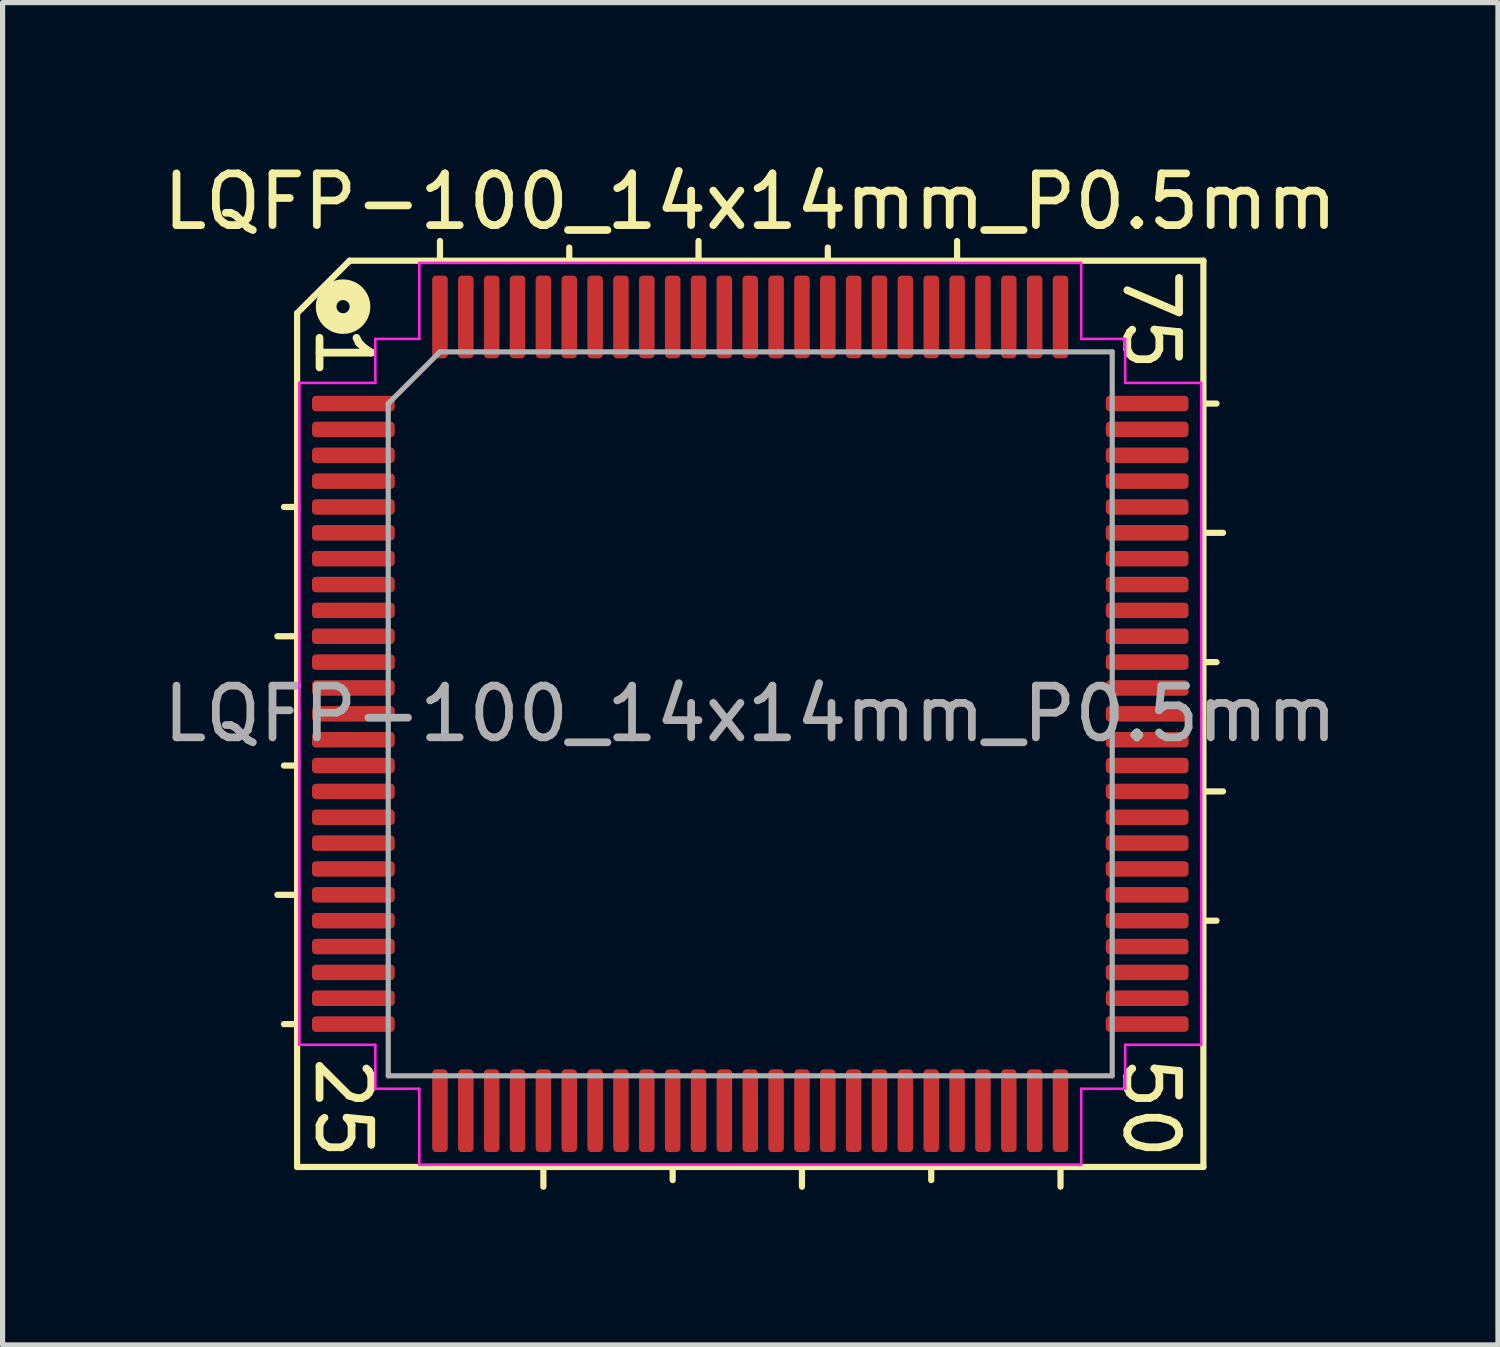
<source format=kicad_pcb>
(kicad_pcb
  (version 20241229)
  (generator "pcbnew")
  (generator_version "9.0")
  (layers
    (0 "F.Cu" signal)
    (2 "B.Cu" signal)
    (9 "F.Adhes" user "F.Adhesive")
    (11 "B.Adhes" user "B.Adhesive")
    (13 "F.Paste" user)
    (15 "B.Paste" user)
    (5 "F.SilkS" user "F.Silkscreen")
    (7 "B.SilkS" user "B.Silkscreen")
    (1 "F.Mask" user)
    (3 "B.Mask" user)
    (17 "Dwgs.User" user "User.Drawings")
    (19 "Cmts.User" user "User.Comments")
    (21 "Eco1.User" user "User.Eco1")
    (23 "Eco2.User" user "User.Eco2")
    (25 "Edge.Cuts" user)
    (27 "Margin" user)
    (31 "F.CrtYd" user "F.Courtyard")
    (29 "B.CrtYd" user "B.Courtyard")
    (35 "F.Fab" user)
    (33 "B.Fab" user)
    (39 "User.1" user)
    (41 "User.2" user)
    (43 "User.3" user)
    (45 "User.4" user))
  (footprint "LQFP-100_14x14mm_P0.5mm"
    (layer "F.Cu")
    (at 11.458 10.754)
    (property "Reference" "LQFP-100_14x14mm_P0.5mm" (at 0 -9.906 0) (layer "F.SilkS") (effects (font (size 1 1) (thickness 0.15))))
    (attr smd)
    (fp_line (start -8.763 -7.747) (end -8.763 8.763) (stroke (width 0.12) (type solid)) (layer "F.SilkS"))
    (fp_line (start -8.763 -4) (end -9.017 -4) (stroke (width 0.12) (type solid)) (layer "F.SilkS"))
    (fp_line (start -8.763 -1.5) (end -9.144 -1.5) (stroke (width 0.12) (type solid)) (layer "F.SilkS"))
    (fp_line (start -8.763 1) (end -9.017 1) (stroke (width 0.12) (type solid)) (layer "F.SilkS"))
    (fp_line (start -8.763 3.5) (end -9.144 3.5) (stroke (width 0.12) (type solid)) (layer "F.SilkS"))
    (fp_line (start -8.763 6) (end -9.017 6) (stroke (width 0.12) (type solid)) (layer "F.SilkS"))
    (fp_line (start -8.763 8.763) (end 8.763 8.763) (stroke (width 0.12) (type solid)) (layer "F.SilkS"))
    (fp_line (start -7.747 -8.763) (end -8.763 -7.747) (stroke (width 0.12) (type solid)) (layer "F.SilkS"))
    (fp_line (start -6 -8.763) (end -6 -9.144) (stroke (width 0.12) (type solid)) (layer "F.SilkS"))
    (fp_line (start -4 8.763) (end -4 9.144) (stroke (width 0.12) (type solid)) (layer "F.SilkS"))
    (fp_line (start -3.5 -8.763) (end -3.5 -9.017) (stroke (width 0.12) (type solid)) (layer "F.SilkS"))
    (fp_line (start -1.5 8.763) (end -1.5 9.017) (stroke (width 0.12) (type solid)) (layer "F.SilkS"))
    (fp_line (start -1 -8.763) (end -1 -9.144) (stroke (width 0.12) (type solid)) (layer "F.SilkS"))
    (fp_line (start 1 8.763) (end 1 9.144) (stroke (width 0.12) (type solid)) (layer "F.SilkS"))
    (fp_line (start 1.5 -8.763) (end 1.5 -9.017) (stroke (width 0.12) (type solid)) (layer "F.SilkS"))
    (fp_line (start 3.5 8.763) (end 3.5 9.017) (stroke (width 0.12) (type solid)) (layer "F.SilkS"))
    (fp_line (start 4 -8.763) (end 4 -9.144) (stroke (width 0.12) (type solid)) (layer "F.SilkS"))
    (fp_line (start 6 8.763) (end 6 9.144) (stroke (width 0.12) (type solid)) (layer "F.SilkS"))
    (fp_line (start 8.763 -8.763) (end -7.747 -8.763) (stroke (width 0.12) (type solid)) (layer "F.SilkS"))
    (fp_line (start 8.763 -6) (end 9.017 -6) (stroke (width 0.12) (type solid)) (layer "F.SilkS"))
    (fp_line (start 8.763 -3.5) (end 9.144 -3.5) (stroke (width 0.12) (type solid)) (layer "F.SilkS"))
    (fp_line (start 8.763 -1) (end 9.017 -1) (stroke (width 0.12) (type solid)) (layer "F.SilkS"))
    (fp_line (start 8.763 1.5) (end 9.144 1.5) (stroke (width 0.12) (type solid)) (layer "F.SilkS"))
    (fp_line (start 8.763 4) (end 9.017 4) (stroke (width 0.12) (type solid)) (layer "F.SilkS"))
    (fp_line (start 8.763 8.763) (end 8.763 -8.763) (stroke (width 0.12) (type solid)) (layer "F.SilkS"))
    (fp_circle (center -7.874 -7.874) (end -7.747 -7.874) (stroke (width 0.4) (type solid)) (fill no) (layer "F.SilkS"))
    (fp_line (start -8.72 -6.4) (end -8.72 0) (stroke (width 0.05) (type solid)) (layer "F.CrtYd"))
    (fp_line (start -8.72 6.4) (end -8.72 0) (stroke (width 0.05) (type solid)) (layer "F.CrtYd"))
    (fp_line (start -7.25 -7.25) (end -7.25 -6.4) (stroke (width 0.05) (type solid)) (layer "F.CrtYd"))
    (fp_line (start -7.25 -6.4) (end -8.72 -6.4) (stroke (width 0.05) (type solid)) (layer "F.CrtYd"))
    (fp_line (start -7.25 6.4) (end -8.72 6.4) (stroke (width 0.05) (type solid)) (layer "F.CrtYd"))
    (fp_line (start -7.25 7.25) (end -7.25 6.4) (stroke (width 0.05) (type solid)) (layer "F.CrtYd"))
    (fp_line (start -6.4 -8.72) (end -6.4 -7.25) (stroke (width 0.05) (type solid)) (layer "F.CrtYd"))
    (fp_line (start -6.4 -7.25) (end -7.25 -7.25) (stroke (width 0.05) (type solid)) (layer "F.CrtYd"))
    (fp_line (start -6.4 7.25) (end -7.25 7.25) (stroke (width 0.05) (type solid)) (layer "F.CrtYd"))
    (fp_line (start -6.4 8.72) (end -6.4 7.25) (stroke (width 0.05) (type solid)) (layer "F.CrtYd"))
    (fp_line (start 0 -8.72) (end -6.4 -8.72) (stroke (width 0.05) (type solid)) (layer "F.CrtYd"))
    (fp_line (start 0 -8.72) (end 6.4 -8.72) (stroke (width 0.05) (type solid)) (layer "F.CrtYd"))
    (fp_line (start 0 8.72) (end -6.4 8.72) (stroke (width 0.05) (type solid)) (layer "F.CrtYd"))
    (fp_line (start 0 8.72) (end 6.4 8.72) (stroke (width 0.05) (type solid)) (layer "F.CrtYd"))
    (fp_line (start 6.4 -8.72) (end 6.4 -7.25) (stroke (width 0.05) (type solid)) (layer "F.CrtYd"))
    (fp_line (start 6.4 -7.25) (end 7.25 -7.25) (stroke (width 0.05) (type solid)) (layer "F.CrtYd"))
    (fp_line (start 6.4 7.25) (end 7.25 7.25) (stroke (width 0.05) (type solid)) (layer "F.CrtYd"))
    (fp_line (start 6.4 8.72) (end 6.4 7.25) (stroke (width 0.05) (type solid)) (layer "F.CrtYd"))
    (fp_line (start 7.25 -7.25) (end 7.25 -6.4) (stroke (width 0.05) (type solid)) (layer "F.CrtYd"))
    (fp_line (start 7.25 -6.4) (end 8.72 -6.4) (stroke (width 0.05) (type solid)) (layer "F.CrtYd"))
    (fp_line (start 7.25 6.4) (end 8.72 6.4) (stroke (width 0.05) (type solid)) (layer "F.CrtYd"))
    (fp_line (start 7.25 7.25) (end 7.25 6.4) (stroke (width 0.05) (type solid)) (layer "F.CrtYd"))
    (fp_line (start 8.72 -6.4) (end 8.72 0) (stroke (width 0.05) (type solid)) (layer "F.CrtYd"))
    (fp_line (start 8.72 6.4) (end 8.72 0) (stroke (width 0.05) (type solid)) (layer "F.CrtYd"))
    (fp_line (start -7 -6) (end -6 -7) (stroke (width 0.1) (type solid)) (layer "F.Fab"))
    (fp_line (start -7 7) (end -7 -6) (stroke (width 0.1) (type solid)) (layer "F.Fab"))
    (fp_line (start -6 -7) (end 7 -7) (stroke (width 0.1) (type solid)) (layer "F.Fab"))
    (fp_line (start 7 -7) (end 7 7) (stroke (width 0.1) (type solid)) (layer "F.Fab"))
    (fp_line (start 7 7) (end -7 7) (stroke (width 0.1) (type solid)) (layer "F.Fab"))
    (fp_text user "75" (at 7.747 -7.62 270) (unlocked yes) (layer "F.SilkS") (effects (font (size 1 1) (thickness 0.15))))
    (fp_text user "1" (at -7.874 -6.985 270) (unlocked yes) (layer "F.SilkS") (effects (font (size 1 1) (thickness 0.15))))
    (fp_text user "50" (at 7.747 7.62 270) (unlocked yes) (layer "F.SilkS") (effects (font (size 1 1) (thickness 0.15))))
    (fp_text user "25" (at -7.874 7.62 270) (unlocked yes) (layer "F.SilkS") (effects (font (size 1 1) (thickness 0.15))))
    (fp_text user "${REFERENCE}" (at 0 0 0) (layer "F.Fab") (effects (font (size 1 1) (thickness 0.15))))
    (pad "1" smd roundrect (at -7.675 -6) (size 1.6 0.3) (layers "F.Cu" "F.Mask" "F.Paste") (roundrect_rratio 0.25))
    (pad "2" smd roundrect (at -7.675 -5.5) (size 1.6 0.3) (layers "F.Cu" "F.Mask" "F.Paste") (roundrect_rratio 0.25))
    (pad "3" smd roundrect (at -7.675 -5) (size 1.6 0.3) (layers "F.Cu" "F.Mask" "F.Paste") (roundrect_rratio 0.25))
    (pad "4" smd roundrect (at -7.675 -4.5) (size 1.6 0.3) (layers "F.Cu" "F.Mask" "F.Paste") (roundrect_rratio 0.25))
    (pad "5" smd roundrect (at -7.675 -4) (size 1.6 0.3) (layers "F.Cu" "F.Mask" "F.Paste") (roundrect_rratio 0.25))
    (pad "6" smd roundrect (at -7.675 -3.5) (size 1.6 0.3) (layers "F.Cu" "F.Mask" "F.Paste") (roundrect_rratio 0.25))
    (pad "7" smd roundrect (at -7.675 -3) (size 1.6 0.3) (layers "F.Cu" "F.Mask" "F.Paste") (roundrect_rratio 0.25))
    (pad "8" smd roundrect (at -7.675 -2.5) (size 1.6 0.3) (layers "F.Cu" "F.Mask" "F.Paste") (roundrect_rratio 0.25))
    (pad "9" smd roundrect (at -7.675 -2) (size 1.6 0.3) (layers "F.Cu" "F.Mask" "F.Paste") (roundrect_rratio 0.25))
    (pad "10" smd roundrect (at -7.675 -1.5) (size 1.6 0.3) (layers "F.Cu" "F.Mask" "F.Paste") (roundrect_rratio 0.25))
    (pad "11" smd roundrect (at -7.675 -1) (size 1.6 0.3) (layers "F.Cu" "F.Mask" "F.Paste") (roundrect_rratio 0.25))
    (pad "12" smd roundrect (at -7.675 -0.5) (size 1.6 0.3) (layers "F.Cu" "F.Mask" "F.Paste") (roundrect_rratio 0.25))
    (pad "13" smd roundrect (at -7.675 0) (size 1.6 0.3) (layers "F.Cu" "F.Mask" "F.Paste") (roundrect_rratio 0.25))
    (pad "14" smd roundrect (at -7.675 0.5) (size 1.6 0.3) (layers "F.Cu" "F.Mask" "F.Paste") (roundrect_rratio 0.25))
    (pad "15" smd roundrect (at -7.675 1) (size 1.6 0.3) (layers "F.Cu" "F.Mask" "F.Paste") (roundrect_rratio 0.25))
    (pad "16" smd roundrect (at -7.675 1.5) (size 1.6 0.3) (layers "F.Cu" "F.Mask" "F.Paste") (roundrect_rratio 0.25))
    (pad "17" smd roundrect (at -7.675 2) (size 1.6 0.3) (layers "F.Cu" "F.Mask" "F.Paste") (roundrect_rratio 0.25))
    (pad "18" smd roundrect (at -7.675 2.5) (size 1.6 0.3) (layers "F.Cu" "F.Mask" "F.Paste") (roundrect_rratio 0.25))
    (pad "19" smd roundrect (at -7.675 3) (size 1.6 0.3) (layers "F.Cu" "F.Mask" "F.Paste") (roundrect_rratio 0.25))
    (pad "20" smd roundrect (at -7.675 3.5) (size 1.6 0.3) (layers "F.Cu" "F.Mask" "F.Paste") (roundrect_rratio 0.25))
    (pad "21" smd roundrect (at -7.675 4) (size 1.6 0.3) (layers "F.Cu" "F.Mask" "F.Paste") (roundrect_rratio 0.25))
    (pad "22" smd roundrect (at -7.675 4.5) (size 1.6 0.3) (layers "F.Cu" "F.Mask" "F.Paste") (roundrect_rratio 0.25))
    (pad "23" smd roundrect (at -7.675 5) (size 1.6 0.3) (layers "F.Cu" "F.Mask" "F.Paste") (roundrect_rratio 0.25))
    (pad "24" smd roundrect (at -7.675 5.5) (size 1.6 0.3) (layers "F.Cu" "F.Mask" "F.Paste") (roundrect_rratio 0.25))
    (pad "25" smd roundrect (at -7.675 6) (size 1.6 0.3) (layers "F.Cu" "F.Mask" "F.Paste") (roundrect_rratio 0.25))
    (pad "26" smd roundrect (at -6 7.675) (size 0.3 1.6) (layers "F.Cu" "F.Mask" "F.Paste") (roundrect_rratio 0.25))
    (pad "27" smd roundrect (at -5.5 7.675) (size 0.3 1.6) (layers "F.Cu" "F.Mask" "F.Paste") (roundrect_rratio 0.25))
    (pad "28" smd roundrect (at -5 7.675) (size 0.3 1.6) (layers "F.Cu" "F.Mask" "F.Paste") (roundrect_rratio 0.25))
    (pad "29" smd roundrect (at -4.5 7.675) (size 0.3 1.6) (layers "F.Cu" "F.Mask" "F.Paste") (roundrect_rratio 0.25))
    (pad "30" smd roundrect (at -4 7.675) (size 0.3 1.6) (layers "F.Cu" "F.Mask" "F.Paste") (roundrect_rratio 0.25))
    (pad "31" smd roundrect (at -3.5 7.675) (size 0.3 1.6) (layers "F.Cu" "F.Mask" "F.Paste") (roundrect_rratio 0.25))
    (pad "32" smd roundrect (at -3 7.675) (size 0.3 1.6) (layers "F.Cu" "F.Mask" "F.Paste") (roundrect_rratio 0.25))
    (pad "33" smd roundrect (at -2.5 7.675) (size 0.3 1.6) (layers "F.Cu" "F.Mask" "F.Paste") (roundrect_rratio 0.25))
    (pad "34" smd roundrect (at -2 7.675) (size 0.3 1.6) (layers "F.Cu" "F.Mask" "F.Paste") (roundrect_rratio 0.25))
    (pad "35" smd roundrect (at -1.5 7.675) (size 0.3 1.6) (layers "F.Cu" "F.Mask" "F.Paste") (roundrect_rratio 0.25))
    (pad "36" smd roundrect (at -1 7.675) (size 0.3 1.6) (layers "F.Cu" "F.Mask" "F.Paste") (roundrect_rratio 0.25))
    (pad "37" smd roundrect (at -0.5 7.675) (size 0.3 1.6) (layers "F.Cu" "F.Mask" "F.Paste") (roundrect_rratio 0.25))
    (pad "38" smd roundrect (at 0 7.675) (size 0.3 1.6) (layers "F.Cu" "F.Mask" "F.Paste") (roundrect_rratio 0.25))
    (pad "39" smd roundrect (at 0.5 7.675) (size 0.3 1.6) (layers "F.Cu" "F.Mask" "F.Paste") (roundrect_rratio 0.25))
    (pad "40" smd roundrect (at 1 7.675) (size 0.3 1.6) (layers "F.Cu" "F.Mask" "F.Paste") (roundrect_rratio 0.25))
    (pad "41" smd roundrect (at 1.5 7.675) (size 0.3 1.6) (layers "F.Cu" "F.Mask" "F.Paste") (roundrect_rratio 0.25))
    (pad "42" smd roundrect (at 2 7.675) (size 0.3 1.6) (layers "F.Cu" "F.Mask" "F.Paste") (roundrect_rratio 0.25))
    (pad "43" smd roundrect (at 2.5 7.675) (size 0.3 1.6) (layers "F.Cu" "F.Mask" "F.Paste") (roundrect_rratio 0.25))
    (pad "44" smd roundrect (at 3 7.675) (size 0.3 1.6) (layers "F.Cu" "F.Mask" "F.Paste") (roundrect_rratio 0.25))
    (pad "45" smd roundrect (at 3.5 7.675) (size 0.3 1.6) (layers "F.Cu" "F.Mask" "F.Paste") (roundrect_rratio 0.25))
    (pad "46" smd roundrect (at 4 7.675) (size 0.3 1.6) (layers "F.Cu" "F.Mask" "F.Paste") (roundrect_rratio 0.25))
    (pad "47" smd roundrect (at 4.5 7.675) (size 0.3 1.6) (layers "F.Cu" "F.Mask" "F.Paste") (roundrect_rratio 0.25))
    (pad "48" smd roundrect (at 5 7.675) (size 0.3 1.6) (layers "F.Cu" "F.Mask" "F.Paste") (roundrect_rratio 0.25))
    (pad "49" smd roundrect (at 5.5 7.675) (size 0.3 1.6) (layers "F.Cu" "F.Mask" "F.Paste") (roundrect_rratio 0.25))
    (pad "50" smd roundrect (at 6 7.675) (size 0.3 1.6) (layers "F.Cu" "F.Mask" "F.Paste") (roundrect_rratio 0.25))
    (pad "51" smd roundrect (at 7.675 6) (size 1.6 0.3) (layers "F.Cu" "F.Mask" "F.Paste") (roundrect_rratio 0.25))
    (pad "52" smd roundrect (at 7.675 5.5) (size 1.6 0.3) (layers "F.Cu" "F.Mask" "F.Paste") (roundrect_rratio 0.25))
    (pad "53" smd roundrect (at 7.675 5) (size 1.6 0.3) (layers "F.Cu" "F.Mask" "F.Paste") (roundrect_rratio 0.25))
    (pad "54" smd roundrect (at 7.675 4.5) (size 1.6 0.3) (layers "F.Cu" "F.Mask" "F.Paste") (roundrect_rratio 0.25))
    (pad "55" smd roundrect (at 7.675 4) (size 1.6 0.3) (layers "F.Cu" "F.Mask" "F.Paste") (roundrect_rratio 0.25))
    (pad "56" smd roundrect (at 7.675 3.5) (size 1.6 0.3) (layers "F.Cu" "F.Mask" "F.Paste") (roundrect_rratio 0.25))
    (pad "57" smd roundrect (at 7.675 3) (size 1.6 0.3) (layers "F.Cu" "F.Mask" "F.Paste") (roundrect_rratio 0.25))
    (pad "58" smd roundrect (at 7.675 2.5) (size 1.6 0.3) (layers "F.Cu" "F.Mask" "F.Paste") (roundrect_rratio 0.25))
    (pad "59" smd roundrect (at 7.675 2) (size 1.6 0.3) (layers "F.Cu" "F.Mask" "F.Paste") (roundrect_rratio 0.25))
    (pad "60" smd roundrect (at 7.675 1.5) (size 1.6 0.3) (layers "F.Cu" "F.Mask" "F.Paste") (roundrect_rratio 0.25))
    (pad "61" smd roundrect (at 7.675 1) (size 1.6 0.3) (layers "F.Cu" "F.Mask" "F.Paste") (roundrect_rratio 0.25))
    (pad "62" smd roundrect (at 7.675 0.5) (size 1.6 0.3) (layers "F.Cu" "F.Mask" "F.Paste") (roundrect_rratio 0.25))
    (pad "63" smd roundrect (at 7.675 0) (size 1.6 0.3) (layers "F.Cu" "F.Mask" "F.Paste") (roundrect_rratio 0.25))
    (pad "64" smd roundrect (at 7.675 -0.5) (size 1.6 0.3) (layers "F.Cu" "F.Mask" "F.Paste") (roundrect_rratio 0.25))
    (pad "65" smd roundrect (at 7.675 -1) (size 1.6 0.3) (layers "F.Cu" "F.Mask" "F.Paste") (roundrect_rratio 0.25))
    (pad "66" smd roundrect (at 7.675 -1.5) (size 1.6 0.3) (layers "F.Cu" "F.Mask" "F.Paste") (roundrect_rratio 0.25))
    (pad "67" smd roundrect (at 7.675 -2) (size 1.6 0.3) (layers "F.Cu" "F.Mask" "F.Paste") (roundrect_rratio 0.25))
    (pad "68" smd roundrect (at 7.675 -2.5) (size 1.6 0.3) (layers "F.Cu" "F.Mask" "F.Paste") (roundrect_rratio 0.25))
    (pad "69" smd roundrect (at 7.675 -3) (size 1.6 0.3) (layers "F.Cu" "F.Mask" "F.Paste") (roundrect_rratio 0.25))
    (pad "70" smd roundrect (at 7.675 -3.5) (size 1.6 0.3) (layers "F.Cu" "F.Mask" "F.Paste") (roundrect_rratio 0.25))
    (pad "71" smd roundrect (at 7.675 -4) (size 1.6 0.3) (layers "F.Cu" "F.Mask" "F.Paste") (roundrect_rratio 0.25))
    (pad "72" smd roundrect (at 7.675 -4.5) (size 1.6 0.3) (layers "F.Cu" "F.Mask" "F.Paste") (roundrect_rratio 0.25))
    (pad "73" smd roundrect (at 7.675 -5) (size 1.6 0.3) (layers "F.Cu" "F.Mask" "F.Paste") (roundrect_rratio 0.25))
    (pad "74" smd roundrect (at 7.675 -5.5) (size 1.6 0.3) (layers "F.Cu" "F.Mask" "F.Paste") (roundrect_rratio 0.25))
    (pad "75" smd roundrect (at 7.675 -6) (size 1.6 0.3) (layers "F.Cu" "F.Mask" "F.Paste") (roundrect_rratio 0.25))
    (pad "76" smd roundrect (at 6 -7.675) (size 0.3 1.6) (layers "F.Cu" "F.Mask" "F.Paste") (roundrect_rratio 0.25))
    (pad "77" smd roundrect (at 5.5 -7.675) (size 0.3 1.6) (layers "F.Cu" "F.Mask" "F.Paste") (roundrect_rratio 0.25))
    (pad "78" smd roundrect (at 5 -7.675) (size 0.3 1.6) (layers "F.Cu" "F.Mask" "F.Paste") (roundrect_rratio 0.25))
    (pad "79" smd roundrect (at 4.5 -7.675) (size 0.3 1.6) (layers "F.Cu" "F.Mask" "F.Paste") (roundrect_rratio 0.25))
    (pad "80" smd roundrect (at 4 -7.675) (size 0.3 1.6) (layers "F.Cu" "F.Mask" "F.Paste") (roundrect_rratio 0.25))
    (pad "81" smd roundrect (at 3.5 -7.675) (size 0.3 1.6) (layers "F.Cu" "F.Mask" "F.Paste") (roundrect_rratio 0.25))
    (pad "82" smd roundrect (at 3 -7.675) (size 0.3 1.6) (layers "F.Cu" "F.Mask" "F.Paste") (roundrect_rratio 0.25))
    (pad "83" smd roundrect (at 2.5 -7.675) (size 0.3 1.6) (layers "F.Cu" "F.Mask" "F.Paste") (roundrect_rratio 0.25))
    (pad "84" smd roundrect (at 2 -7.675) (size 0.3 1.6) (layers "F.Cu" "F.Mask" "F.Paste") (roundrect_rratio 0.25))
    (pad "85" smd roundrect (at 1.5 -7.675) (size 0.3 1.6) (layers "F.Cu" "F.Mask" "F.Paste") (roundrect_rratio 0.25))
    (pad "86" smd roundrect (at 1 -7.675) (size 0.3 1.6) (layers "F.Cu" "F.Mask" "F.Paste") (roundrect_rratio 0.25))
    (pad "87" smd roundrect (at 0.5 -7.675) (size 0.3 1.6) (layers "F.Cu" "F.Mask" "F.Paste") (roundrect_rratio 0.25))
    (pad "88" smd roundrect (at 0 -7.675) (size 0.3 1.6) (layers "F.Cu" "F.Mask" "F.Paste") (roundrect_rratio 0.25))
    (pad "89" smd roundrect (at -0.5 -7.675) (size 0.3 1.6) (layers "F.Cu" "F.Mask" "F.Paste") (roundrect_rratio 0.25))
    (pad "90" smd roundrect (at -1 -7.675) (size 0.3 1.6) (layers "F.Cu" "F.Mask" "F.Paste") (roundrect_rratio 0.25))
    (pad "91" smd roundrect (at -1.5 -7.675) (size 0.3 1.6) (layers "F.Cu" "F.Mask" "F.Paste") (roundrect_rratio 0.25))
    (pad "92" smd roundrect (at -2 -7.675) (size 0.3 1.6) (layers "F.Cu" "F.Mask" "F.Paste") (roundrect_rratio 0.25))
    (pad "93" smd roundrect (at -2.5 -7.675) (size 0.3 1.6) (layers "F.Cu" "F.Mask" "F.Paste") (roundrect_rratio 0.25))
    (pad "94" smd roundrect (at -3 -7.675) (size 0.3 1.6) (layers "F.Cu" "F.Mask" "F.Paste") (roundrect_rratio 0.25))
    (pad "95" smd roundrect (at -3.5 -7.675) (size 0.3 1.6) (layers "F.Cu" "F.Mask" "F.Paste") (roundrect_rratio 0.25))
    (pad "96" smd roundrect (at -4 -7.675) (size 0.3 1.6) (layers "F.Cu" "F.Mask" "F.Paste") (roundrect_rratio 0.25))
    (pad "97" smd roundrect (at -4.5 -7.675) (size 0.3 1.6) (layers "F.Cu" "F.Mask" "F.Paste") (roundrect_rratio 0.25))
    (pad "98" smd roundrect (at -5 -7.675) (size 0.3 1.6) (layers "F.Cu" "F.Mask" "F.Paste") (roundrect_rratio 0.25))
    (pad "99" smd roundrect (at -5.5 -7.675) (size 0.3 1.6) (layers "F.Cu" "F.Mask" "F.Paste") (roundrect_rratio 0.25))
    (pad "100" smd roundrect (at -6 -7.675) (size 0.3 1.6) (layers "F.Cu" "F.Mask" "F.Paste") (roundrect_rratio 0.25)))
  (gr_rect
    (start -3 -3)
    (end 25.917 22.958)
    (stroke (width 0.1) (type default))
    (fill no)
    (layer "Edge.Cuts")))
</source>
